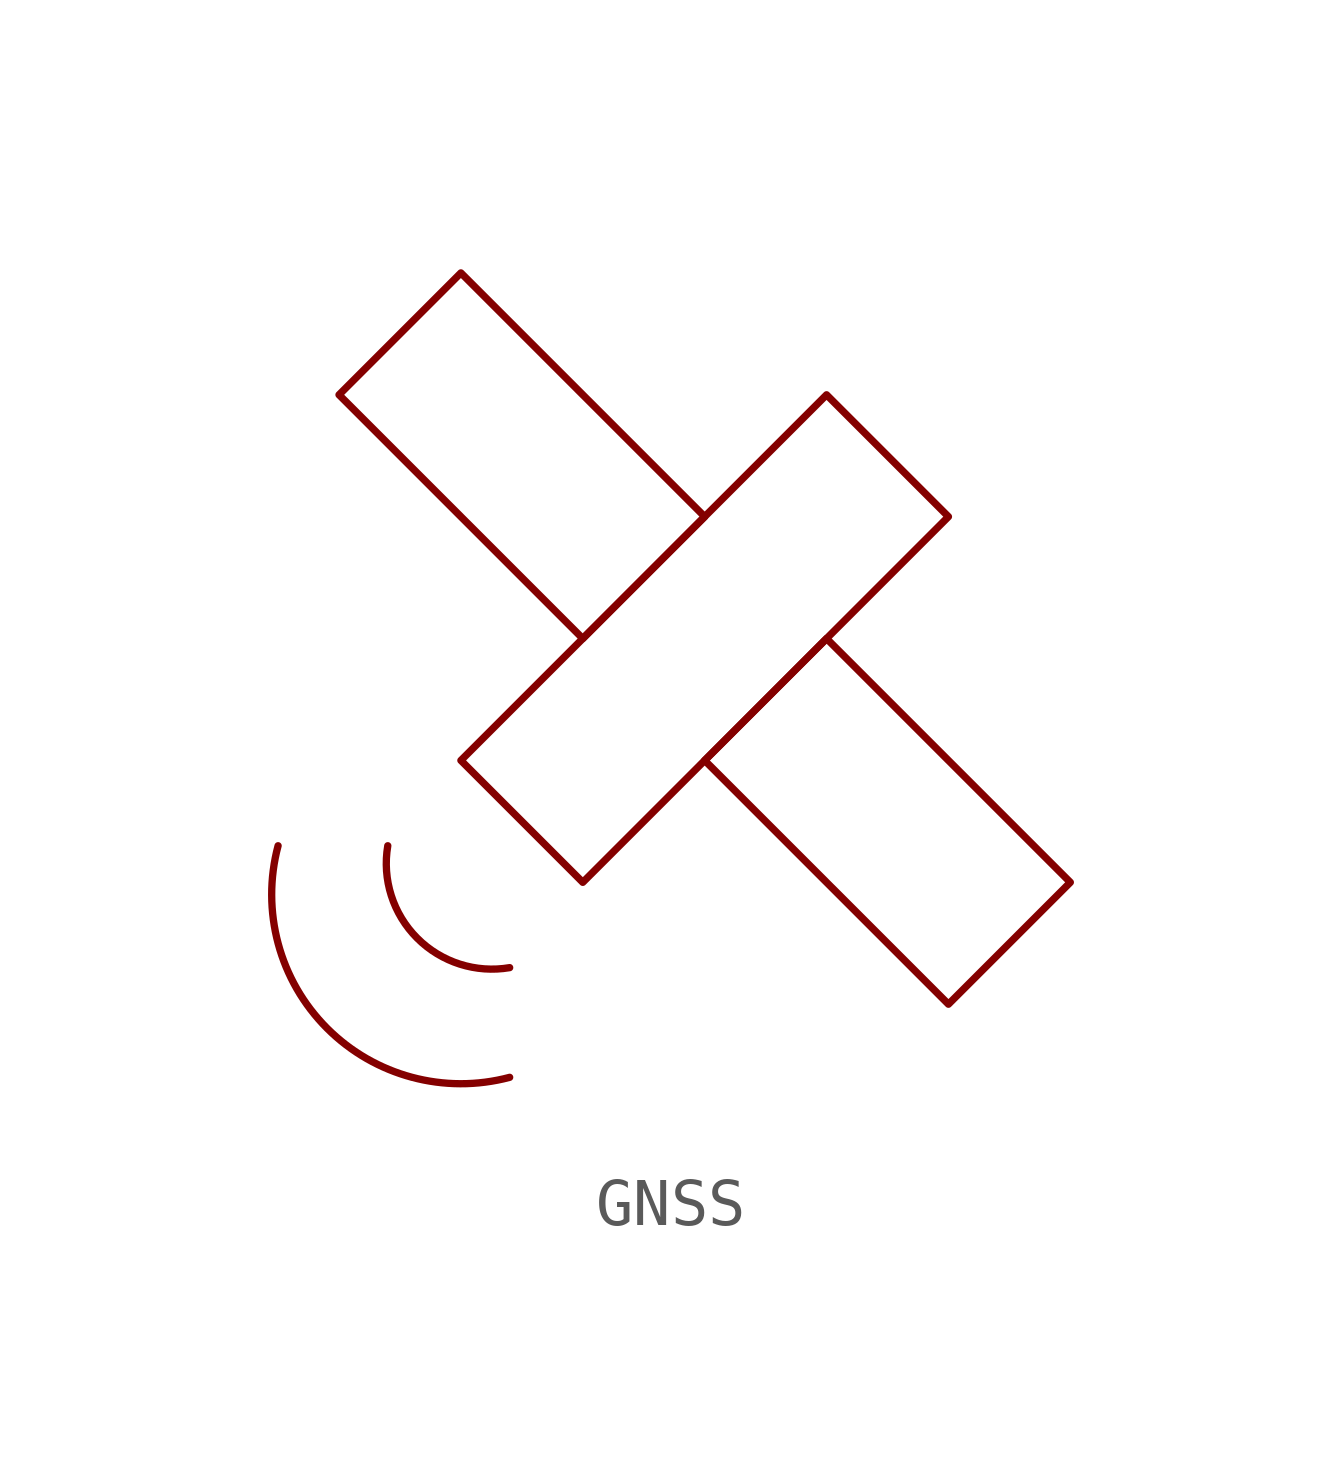
<source format=kicad_sym>
(kicad_symbol_lib
  (version 20211014)
  (generator kicad_symbol_editor)
  (symbol "GNSS"
    (pin_names
      (offset 1.016))
    (property "Reference" "U"
      (at 0 14.986 0)
      (effects (font (size 1.27 1.27)) hide))
    (symbol "GNSS_0_0"
      (arc (start -8.89 -4.318) (mid -7.8682 -8.1222) (end -4.064 -9.144) (stroke (width 0) (type default) (color 0 0 0 0)) (fill (type none)))
      (arc (start -6.604 -4.318) (mid -5.9958 -6.2387) (end -4.064 -6.858) (stroke (width 0) (type default) (color 0 0 0 0)) (fill (type none)))
      (polyline (pts (xy 0 2.54) (xy -2.54 0) (xy -7.62 5.08) (xy -5.08 7.62) (xy 0 2.54)) (stroke (width 0) (type default) (color 0 0 0 0)) (fill (type none)))
      (polyline (pts (xy 2.54 5.08) (xy 5.08 2.54) (xy -2.54 -5.08) (xy -5.08 -2.54) (xy 2.54 5.08)) (stroke (width 0) (type default) (color 0 0 0 0)) (fill (type none))))
    (symbol "GNSS_1_1"
      (polyline (pts (xy 7.62 -5.08) (xy 5.08 -7.62) (xy 0 -2.54) (xy 2.54 0) (xy 7.62 -5.08)) (stroke (width 0) (type default) (color 0 0 0 0)) (fill (type none))))))
</source>
